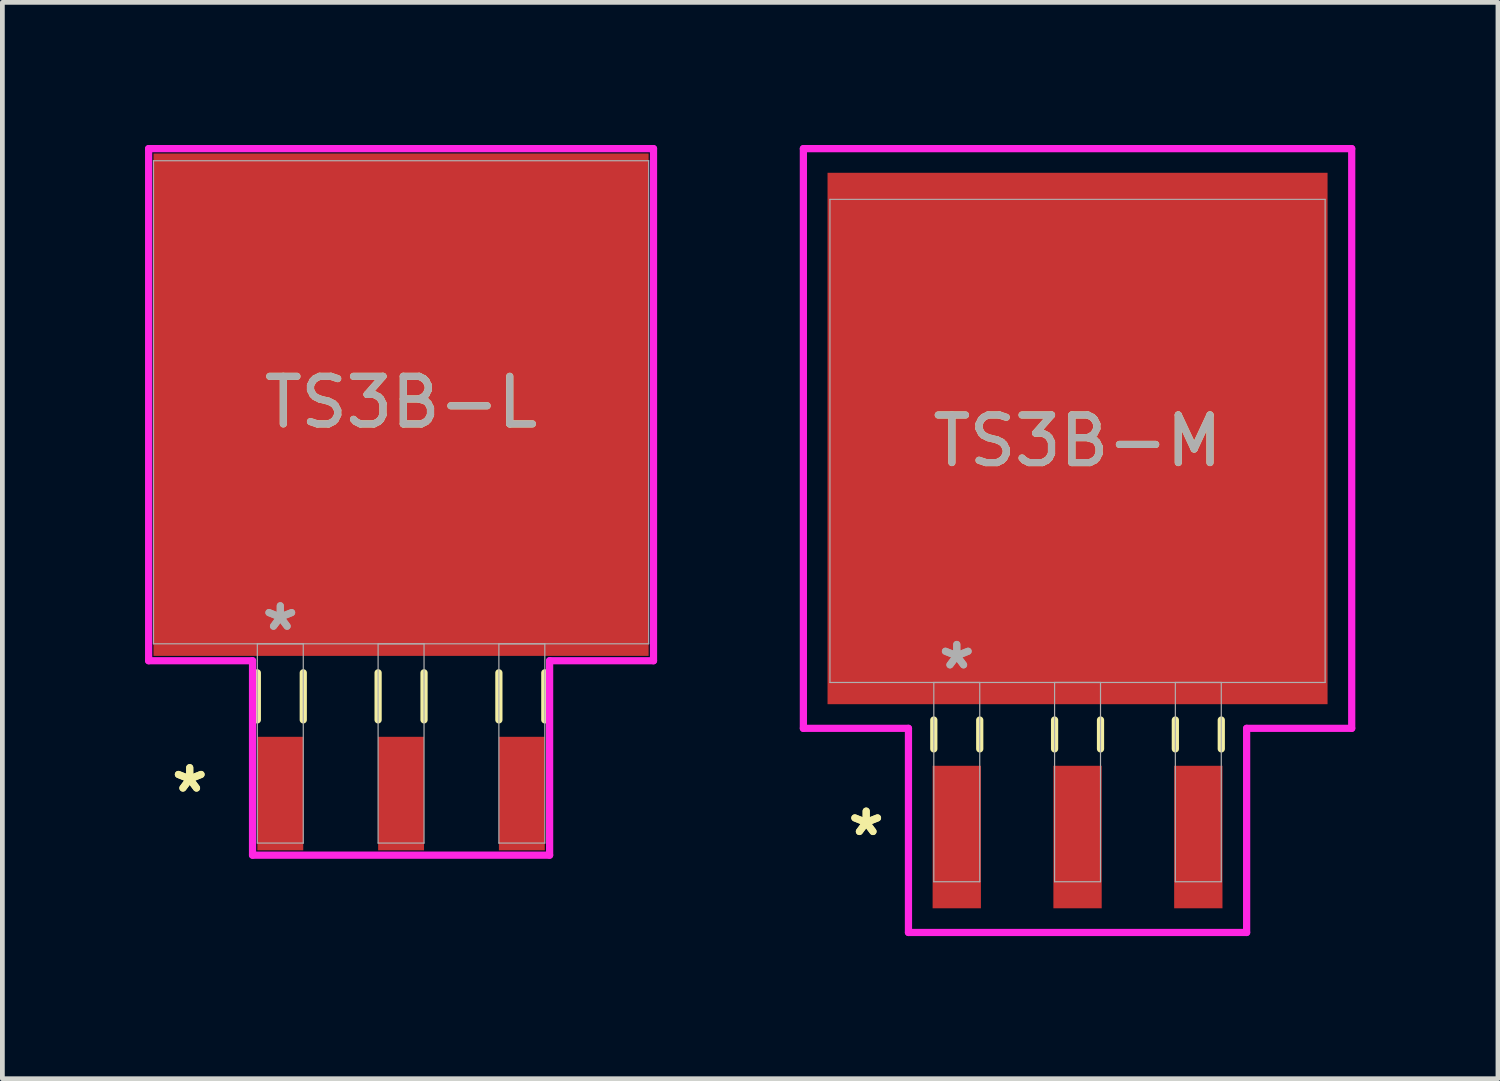
<source format=kicad_pcb>
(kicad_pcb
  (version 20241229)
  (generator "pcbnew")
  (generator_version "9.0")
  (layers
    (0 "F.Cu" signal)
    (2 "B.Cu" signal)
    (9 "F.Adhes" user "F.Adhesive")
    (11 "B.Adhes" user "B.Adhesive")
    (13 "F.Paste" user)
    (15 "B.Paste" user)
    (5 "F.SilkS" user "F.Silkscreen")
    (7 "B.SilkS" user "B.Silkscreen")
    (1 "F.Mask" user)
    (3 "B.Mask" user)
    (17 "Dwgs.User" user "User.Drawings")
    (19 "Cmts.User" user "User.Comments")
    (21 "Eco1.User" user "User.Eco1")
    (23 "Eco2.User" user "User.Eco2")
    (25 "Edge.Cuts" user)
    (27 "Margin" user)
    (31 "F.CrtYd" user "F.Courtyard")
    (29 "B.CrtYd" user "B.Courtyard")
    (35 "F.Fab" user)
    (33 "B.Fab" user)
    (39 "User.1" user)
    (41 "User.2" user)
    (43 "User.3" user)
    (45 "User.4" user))
  (footprint "TS3B-L"
    (layer "F.Cu")
    (at 5.385 5.41)
    (property "Reference" "TS3B-L" (at 0 0 0) (unlocked yes) (layer "F.SilkS") (effects (font (size 1 1) (thickness 0.15))))
    (attr smd)
    (fp_line (start -3.023 5.69) (end -3.023 6.68) (stroke (width 0.152) (type solid)) (layer "F.SilkS"))
    (fp_line (start -2.057 5.69) (end -2.057 6.68) (stroke (width 0.152) (type solid)) (layer "F.SilkS"))
    (fp_line (start -0.483 5.69) (end -0.483 6.68) (stroke (width 0.152) (type solid)) (layer "F.SilkS"))
    (fp_line (start 0.483 5.69) (end 0.483 6.68) (stroke (width 0.152) (type solid)) (layer "F.SilkS"))
    (fp_line (start 2.057 5.69) (end 2.057 6.68) (stroke (width 0.152) (type solid)) (layer "F.SilkS"))
    (fp_line (start 3.023 5.69) (end 3.023 6.68) (stroke (width 0.152) (type solid)) (layer "F.SilkS"))
    (fp_line (start -5.309 -5.334) (end 5.309 -5.334) (stroke (width 0.152) (type solid)) (layer "F.CrtYd"))
    (fp_line (start -5.309 5.436) (end -5.309 -5.334) (stroke (width 0.152) (type solid)) (layer "F.CrtYd"))
    (fp_line (start -3.124 5.436) (end -5.309 5.436) (stroke (width 0.152) (type solid)) (layer "F.CrtYd"))
    (fp_line (start -3.124 9.525) (end -3.124 5.436) (stroke (width 0.152) (type solid)) (layer "F.CrtYd"))
    (fp_line (start 3.124 5.436) (end 3.124 9.525) (stroke (width 0.152) (type solid)) (layer "F.CrtYd"))
    (fp_line (start 3.124 9.525) (end -3.124 9.525) (stroke (width 0.152) (type solid)) (layer "F.CrtYd"))
    (fp_line (start 5.309 -5.334) (end 5.309 5.436) (stroke (width 0.152) (type solid)) (layer "F.CrtYd"))
    (fp_line (start 5.309 5.436) (end 3.124 5.436) (stroke (width 0.152) (type solid)) (layer "F.CrtYd"))
    (fp_line (start -5.207 -5.08) (end -5.207 5.08) (stroke (width 0.025) (type solid)) (layer "F.Fab"))
    (fp_line (start -5.207 5.08) (end 5.207 5.08) (stroke (width 0.025) (type solid)) (layer "F.Fab"))
    (fp_line (start -3.023 5.08) (end -3.023 9.271) (stroke (width 0.025) (type solid)) (layer "F.Fab"))
    (fp_line (start -3.023 9.271) (end -2.057 9.271) (stroke (width 0.025) (type solid)) (layer "F.Fab"))
    (fp_line (start -2.057 5.08) (end -3.023 5.08) (stroke (width 0.025) (type solid)) (layer "F.Fab"))
    (fp_line (start -2.057 9.271) (end -2.057 5.08) (stroke (width 0.025) (type solid)) (layer "F.Fab"))
    (fp_line (start -0.483 5.08) (end -0.483 9.271) (stroke (width 0.025) (type solid)) (layer "F.Fab"))
    (fp_line (start -0.483 9.271) (end 0.483 9.271) (stroke (width 0.025) (type solid)) (layer "F.Fab"))
    (fp_line (start 0.483 5.08) (end -0.483 5.08) (stroke (width 0.025) (type solid)) (layer "F.Fab"))
    (fp_line (start 0.483 9.271) (end 0.483 5.08) (stroke (width 0.025) (type solid)) (layer "F.Fab"))
    (fp_line (start 2.057 5.08) (end 2.057 9.271) (stroke (width 0.025) (type solid)) (layer "F.Fab"))
    (fp_line (start 2.057 9.271) (end 3.023 9.271) (stroke (width 0.025) (type solid)) (layer "F.Fab"))
    (fp_line (start 3.023 5.08) (end 2.057 5.08) (stroke (width 0.025) (type solid)) (layer "F.Fab"))
    (fp_line (start 3.023 9.271) (end 3.023 5.08) (stroke (width 0.025) (type solid)) (layer "F.Fab"))
    (fp_line (start 5.207 -5.08) (end -5.207 -5.08) (stroke (width 0.025) (type solid)) (layer "F.Fab"))
    (fp_line (start 5.207 5.08) (end 5.207 -5.08) (stroke (width 0.025) (type solid)) (layer "F.Fab"))
    (fp_text user "*" (at -4.445 8.23 0) (unlocked yes) (layer "F.SilkS") (effects (font (size 1 1) (thickness 0.15))))
    (fp_text user "*" (at -4.445 8.23 0) (layer "F.SilkS") (effects (font (size 1 1) (thickness 0.15))))
    (fp_text user "*" (at -2.54 4.826 0) (layer "F.Fab") (effects (font (size 1 1) (thickness 0.15))))
    (fp_text user "*" (at -2.54 4.826 0) (unlocked yes) (layer "F.Fab") (effects (font (size 1 1) (thickness 0.15))))
    (fp_text user "${REFERENCE}" (at 0 0 0) (unlocked yes) (layer "F.Fab") (effects (font (size 1 1) (thickness 0.15))))
    (pad "1" smd rect (at -2.54 8.23) (size 0.965 2.388) (layers "F.Cu" "F.Mask" "F.Paste"))
    (pad "2" smd rect (at 0 8.23) (size 0.965 2.388) (layers "F.Cu" "F.Mask" "F.Paste"))
    (pad "3" smd rect (at 2.54 8.23) (size 0.965 2.388) (layers "F.Cu" "F.Mask" "F.Paste"))
    (pad "4" smd rect (at 0 0.051) (size 10.414 10.566) (layers "F.Cu" "F.Mask" "F.Paste")))
  (footprint "TS3B-M"
    (layer "F.Cu")
    (at 19.612 6.223)
    (property "Reference" "TS3B-M" (at 0 0 0) (unlocked yes) (layer "F.SilkS") (effects (font (size 1 1) (thickness 0.15))))
    (attr smd)
    (fp_line (start -3.023 5.87) (end -3.023 6.477) (stroke (width 0.152) (type solid)) (layer "F.SilkS"))
    (fp_line (start -2.057 5.87) (end -2.057 6.477) (stroke (width 0.152) (type solid)) (layer "F.SilkS"))
    (fp_line (start -0.483 5.87) (end -0.483 6.477) (stroke (width 0.152) (type solid)) (layer "F.SilkS"))
    (fp_line (start 0.483 5.87) (end 0.483 6.477) (stroke (width 0.152) (type solid)) (layer "F.SilkS"))
    (fp_line (start 2.057 5.87) (end 2.057 6.477) (stroke (width 0.152) (type solid)) (layer "F.SilkS"))
    (fp_line (start 3.023 5.87) (end 3.023 6.477) (stroke (width 0.152) (type solid)) (layer "F.SilkS"))
    (fp_line (start -5.766 -6.147) (end 5.766 -6.147) (stroke (width 0.152) (type solid)) (layer "F.CrtYd"))
    (fp_line (start -5.766 6.045) (end -5.766 -6.147) (stroke (width 0.152) (type solid)) (layer "F.CrtYd"))
    (fp_line (start -3.556 6.045) (end -5.766 6.045) (stroke (width 0.152) (type solid)) (layer "F.CrtYd"))
    (fp_line (start -3.556 10.338) (end -3.556 6.045) (stroke (width 0.152) (type solid)) (layer "F.CrtYd"))
    (fp_line (start 3.556 6.045) (end 3.556 10.338) (stroke (width 0.152) (type solid)) (layer "F.CrtYd"))
    (fp_line (start 3.556 10.338) (end -3.556 10.338) (stroke (width 0.152) (type solid)) (layer "F.CrtYd"))
    (fp_line (start 5.766 -6.147) (end 5.766 6.045) (stroke (width 0.152) (type solid)) (layer "F.CrtYd"))
    (fp_line (start 5.766 6.045) (end 3.556 6.045) (stroke (width 0.152) (type solid)) (layer "F.CrtYd"))
    (fp_line (start -5.207 -5.08) (end -5.207 5.08) (stroke (width 0.025) (type solid)) (layer "F.Fab"))
    (fp_line (start -5.207 5.08) (end 5.207 5.08) (stroke (width 0.025) (type solid)) (layer "F.Fab"))
    (fp_line (start -3.023 5.08) (end -3.023 9.271) (stroke (width 0.025) (type solid)) (layer "F.Fab"))
    (fp_line (start -3.023 9.271) (end -2.057 9.271) (stroke (width 0.025) (type solid)) (layer "F.Fab"))
    (fp_line (start -2.057 5.08) (end -3.023 5.08) (stroke (width 0.025) (type solid)) (layer "F.Fab"))
    (fp_line (start -2.057 9.271) (end -2.057 5.08) (stroke (width 0.025) (type solid)) (layer "F.Fab"))
    (fp_line (start -0.483 5.08) (end -0.483 9.271) (stroke (width 0.025) (type solid)) (layer "F.Fab"))
    (fp_line (start -0.483 9.271) (end 0.483 9.271) (stroke (width 0.025) (type solid)) (layer "F.Fab"))
    (fp_line (start 0.483 5.08) (end -0.483 5.08) (stroke (width 0.025) (type solid)) (layer "F.Fab"))
    (fp_line (start 0.483 9.271) (end 0.483 5.08) (stroke (width 0.025) (type solid)) (layer "F.Fab"))
    (fp_line (start 2.057 5.08) (end 2.057 9.271) (stroke (width 0.025) (type solid)) (layer "F.Fab"))
    (fp_line (start 2.057 9.271) (end 3.023 9.271) (stroke (width 0.025) (type solid)) (layer "F.Fab"))
    (fp_line (start 3.023 5.08) (end 2.057 5.08) (stroke (width 0.025) (type solid)) (layer "F.Fab"))
    (fp_line (start 3.023 9.271) (end 3.023 5.08) (stroke (width 0.025) (type solid)) (layer "F.Fab"))
    (fp_line (start 5.207 -5.08) (end -5.207 -5.08) (stroke (width 0.025) (type solid)) (layer "F.Fab"))
    (fp_line (start 5.207 5.08) (end 5.207 -5.08) (stroke (width 0.025) (type solid)) (layer "F.Fab"))
    (fp_text user "*" (at -4.445 8.331 0) (unlocked yes) (layer "F.SilkS") (effects (font (size 1 1) (thickness 0.15))))
    (fp_text user "*" (at -4.445 8.331 0) (layer "F.SilkS") (effects (font (size 1 1) (thickness 0.15))))
    (fp_text user "${REFERENCE}" (at 0 0 0) (unlocked yes) (layer "F.Fab") (effects (font (size 1 1) (thickness 0.15))))
    (fp_text user "*" (at -2.54 4.826 0) (unlocked yes) (layer "F.Fab") (effects (font (size 1 1) (thickness 0.15))))
    (fp_text user "*" (at -2.54 4.826 0) (layer "F.Fab") (effects (font (size 1 1) (thickness 0.15))))
    (pad "1" smd rect (at -2.54 8.331) (size 1.016 2.997) (layers "F.Cu" "F.Mask" "F.Paste"))
    (pad "2" smd rect (at 0 8.331) (size 1.016 2.997) (layers "F.Cu" "F.Mask" "F.Paste"))
    (pad "3" smd rect (at 2.54 8.331) (size 1.016 2.997) (layers "F.Cu" "F.Mask" "F.Paste"))
    (pad "4" smd rect (at 0 -0.051) (size 10.516 11.176) (layers "F.Cu" "F.Mask" "F.Paste")))
  (gr_rect
    (start -3 -3)
    (end 28.454 19.637)
    (stroke (width 0.1) (type default))
    (fill no)
    (layer "Edge.Cuts")))
</source>
